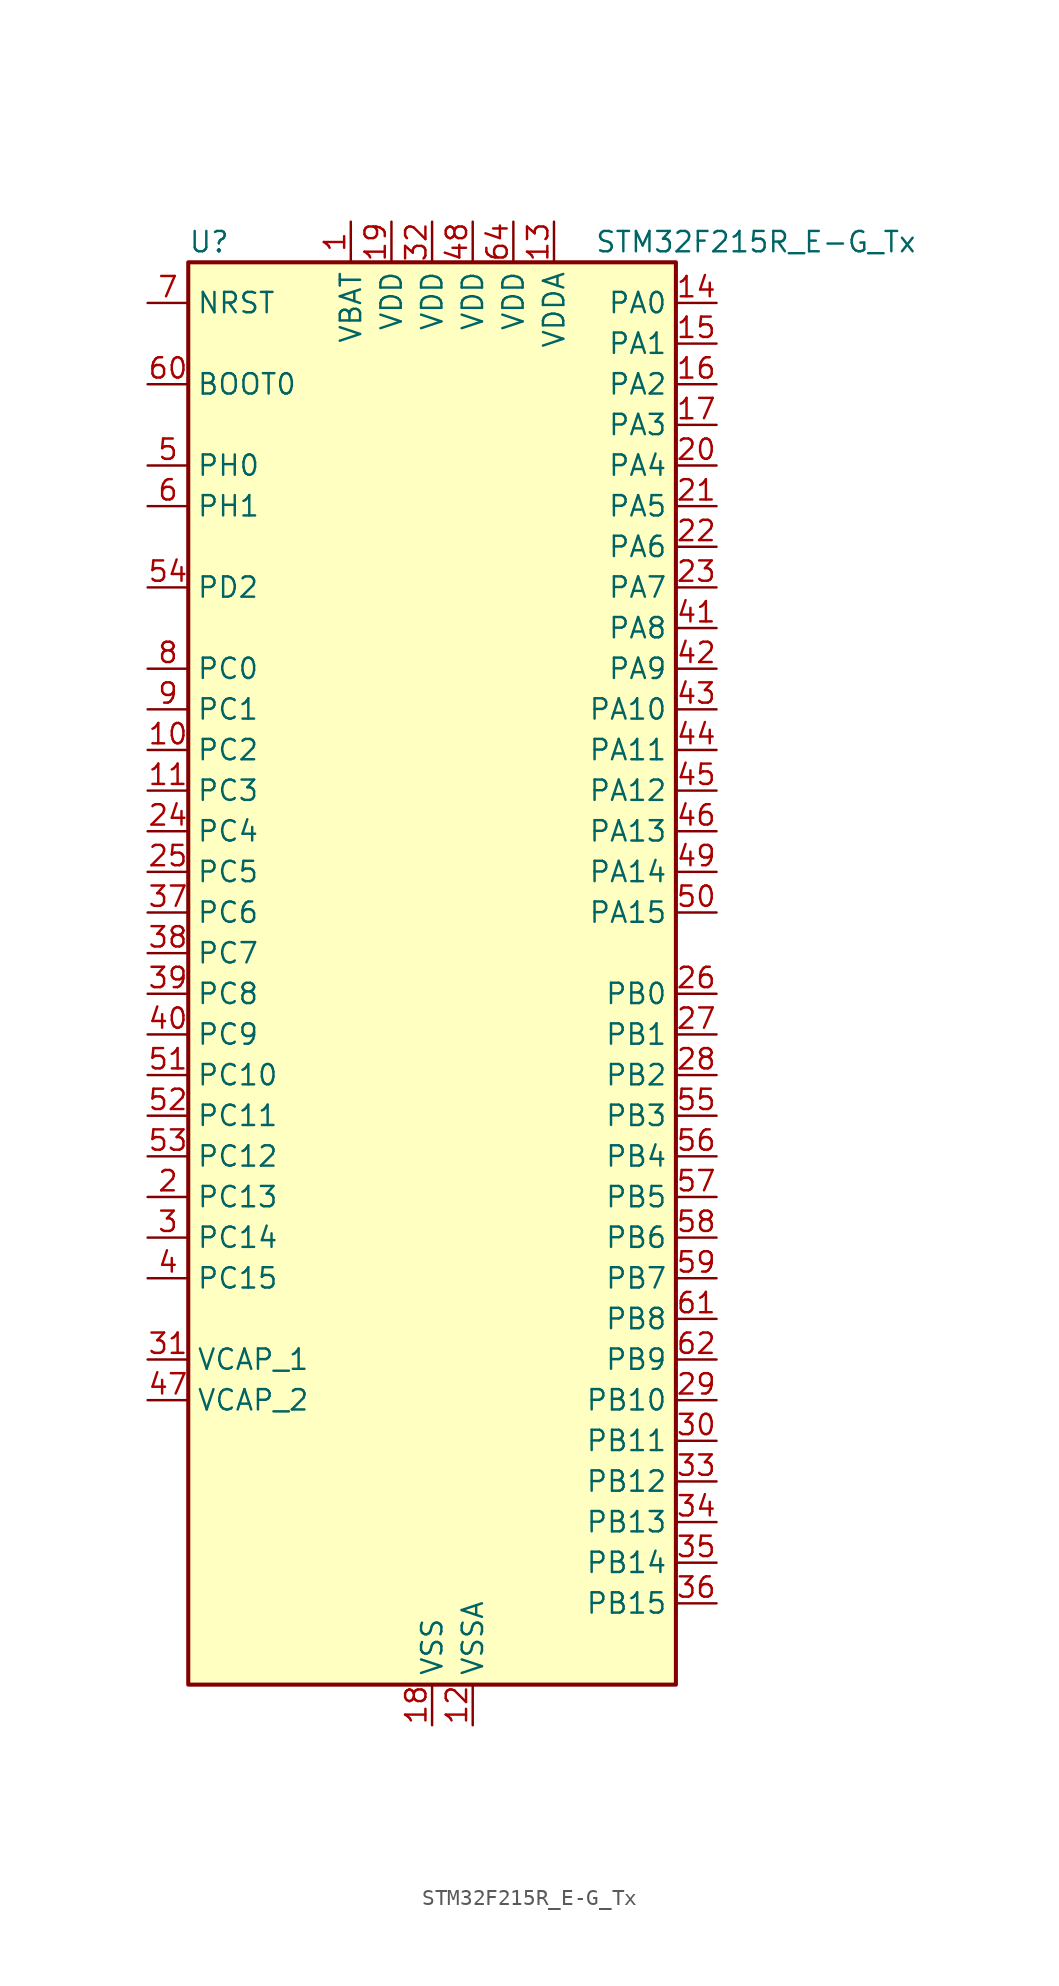
<source format=kicad_sym>
(kicad_symbol_lib
  (version 20220914)
  (generator kicad_symbol_editor)
  (symbol "STM32F215R_E-G_Tx"
    (property "Reference" "U"
      (at -15.24 46.99 0)
      (effects (font (size 1.27 1.27)) (justify left)))
    (property "Value" "STM32F215R_E-G_Tx"
      (at 10.16 46.99 0)
      (effects (font (size 1.27 1.27)) (justify left)))
    (property "ki_locked" ""
      (at 0 0 0)
      (effects (font (size 1.27 1.27))))
    (symbol "STM32F215R_E-G_Tx_0_1"
      (rectangle (start -15.24 -43.18) (end 15.24 45.72) (stroke (width 0.254) (type default)) (fill (type background))))
    (symbol "STM32F215R_E-G_Tx_1_1"
      (pin power_in line (at -5.08 48.26 270) (length 2.54) (name "VBAT" (effects (font (size 1.27 1.27)))) (number "1" (effects (font (size 1.27 1.27)))))
      (pin bidirectional line (at -17.78 15.24 0) (length 2.54) (name "PC2" (effects (font (size 1.27 1.27)))) (number "10" (effects (font (size 1.27 1.27)))) (alternate "ADC1_IN12" bidirectional line) (alternate "ADC2_IN12" bidirectional line) (alternate "ADC3_IN12" bidirectional line) (alternate "SPI2_MISO" bidirectional line) (alternate "USB_OTG_HS_ULPI_DIR" bidirectional line))
      (pin bidirectional line (at -17.78 12.7 0) (length 2.54) (name "PC3" (effects (font (size 1.27 1.27)))) (number "11" (effects (font (size 1.27 1.27)))) (alternate "ADC1_IN13" bidirectional line) (alternate "ADC2_IN13" bidirectional line) (alternate "ADC3_IN13" bidirectional line) (alternate "I2S2_SD" bidirectional line) (alternate "SPI2_MOSI" bidirectional line) (alternate "USB_OTG_HS_ULPI_NXT" bidirectional line))
      (pin power_in line (at 2.54 -45.72 90) (length 2.54) (name "VSSA" (effects (font (size 1.27 1.27)))) (number "12" (effects (font (size 1.27 1.27)))))
      (pin power_in line (at 7.62 48.26 270) (length 2.54) (name "VDDA" (effects (font (size 1.27 1.27)))) (number "13" (effects (font (size 1.27 1.27)))))
      (pin bidirectional line (at 17.78 43.18 180) (length 2.54) (name "PA0" (effects (font (size 1.27 1.27)))) (number "14" (effects (font (size 1.27 1.27)))) (alternate "ADC1_IN0" bidirectional line) (alternate "ADC2_IN0" bidirectional line) (alternate "ADC3_IN0" bidirectional line) (alternate "SYS_WKUP" bidirectional line) (alternate "TIM2_CH1" bidirectional line) (alternate "TIM2_ETR" bidirectional line) (alternate "TIM5_CH1" bidirectional line) (alternate "TIM8_ETR" bidirectional line) (alternate "UART4_TX" bidirectional line) (alternate "USART2_CTS" bidirectional line))
      (pin bidirectional line (at 17.78 40.64 180) (length 2.54) (name "PA1" (effects (font (size 1.27 1.27)))) (number "15" (effects (font (size 1.27 1.27)))) (alternate "ADC1_IN1" bidirectional line) (alternate "ADC2_IN1" bidirectional line) (alternate "ADC3_IN1" bidirectional line) (alternate "TIM2_CH2" bidirectional line) (alternate "TIM5_CH2" bidirectional line) (alternate "UART4_RX" bidirectional line) (alternate "USART2_RTS" bidirectional line))
      (pin bidirectional line (at 17.78 38.1 180) (length 2.54) (name "PA2" (effects (font (size 1.27 1.27)))) (number "16" (effects (font (size 1.27 1.27)))) (alternate "ADC1_IN2" bidirectional line) (alternate "ADC2_IN2" bidirectional line) (alternate "ADC3_IN2" bidirectional line) (alternate "TIM2_CH3" bidirectional line) (alternate "TIM5_CH3" bidirectional line) (alternate "TIM9_CH1" bidirectional line) (alternate "USART2_TX" bidirectional line))
      (pin bidirectional line (at 17.78 35.56 180) (length 2.54) (name "PA3" (effects (font (size 1.27 1.27)))) (number "17" (effects (font (size 1.27 1.27)))) (alternate "ADC1_IN3" bidirectional line) (alternate "ADC2_IN3" bidirectional line) (alternate "ADC3_IN3" bidirectional line) (alternate "TIM2_CH4" bidirectional line) (alternate "TIM5_CH4" bidirectional line) (alternate "TIM9_CH2" bidirectional line) (alternate "USART2_RX" bidirectional line) (alternate "USB_OTG_HS_ULPI_D0" bidirectional line))
      (pin power_in line (at 0 -45.72 90) (length 2.54) (name "VSS" (effects (font (size 1.27 1.27)))) (number "18" (effects (font (size 1.27 1.27)))))
      (pin power_in line (at -2.54 48.26 270) (length 2.54) (name "VDD" (effects (font (size 1.27 1.27)))) (number "19" (effects (font (size 1.27 1.27)))))
      (pin bidirectional line (at -17.78 -12.7 0) (length 2.54) (name "PC13" (effects (font (size 1.27 1.27)))) (number "2" (effects (font (size 1.27 1.27)))) (alternate "RTC_AF1" bidirectional line))
      (pin bidirectional line (at 17.78 33.02 180) (length 2.54) (name "PA4" (effects (font (size 1.27 1.27)))) (number "20" (effects (font (size 1.27 1.27)))) (alternate "ADC1_IN4" bidirectional line) (alternate "ADC2_IN4" bidirectional line) (alternate "DAC_OUT1" bidirectional line) (alternate "I2S3_WS" bidirectional line) (alternate "SPI1_NSS" bidirectional line) (alternate "SPI3_NSS" bidirectional line) (alternate "USART2_CK" bidirectional line) (alternate "USB_OTG_HS_SOF" bidirectional line))
      (pin bidirectional line (at 17.78 30.48 180) (length 2.54) (name "PA5" (effects (font (size 1.27 1.27)))) (number "21" (effects (font (size 1.27 1.27)))) (alternate "ADC1_IN5" bidirectional line) (alternate "ADC2_IN5" bidirectional line) (alternate "DAC_OUT2" bidirectional line) (alternate "SPI1_SCK" bidirectional line) (alternate "TIM2_CH1" bidirectional line) (alternate "TIM2_ETR" bidirectional line) (alternate "TIM8_CH1N" bidirectional line) (alternate "USB_OTG_HS_ULPI_CK" bidirectional line))
      (pin bidirectional line (at 17.78 27.94 180) (length 2.54) (name "PA6" (effects (font (size 1.27 1.27)))) (number "22" (effects (font (size 1.27 1.27)))) (alternate "ADC1_IN6" bidirectional line) (alternate "ADC2_IN6" bidirectional line) (alternate "SPI1_MISO" bidirectional line) (alternate "TIM13_CH1" bidirectional line) (alternate "TIM1_BKIN" bidirectional line) (alternate "TIM3_CH1" bidirectional line) (alternate "TIM8_BKIN" bidirectional line))
      (pin bidirectional line (at 17.78 25.4 180) (length 2.54) (name "PA7" (effects (font (size 1.27 1.27)))) (number "23" (effects (font (size 1.27 1.27)))) (alternate "ADC1_IN7" bidirectional line) (alternate "ADC2_IN7" bidirectional line) (alternate "SPI1_MOSI" bidirectional line) (alternate "TIM14_CH1" bidirectional line) (alternate "TIM1_CH1N" bidirectional line) (alternate "TIM3_CH2" bidirectional line) (alternate "TIM8_CH1N" bidirectional line))
      (pin bidirectional line (at -17.78 10.16 0) (length 2.54) (name "PC4" (effects (font (size 1.27 1.27)))) (number "24" (effects (font (size 1.27 1.27)))) (alternate "ADC1_IN14" bidirectional line) (alternate "ADC2_IN14" bidirectional line))
      (pin bidirectional line (at -17.78 7.62 0) (length 2.54) (name "PC5" (effects (font (size 1.27 1.27)))) (number "25" (effects (font (size 1.27 1.27)))) (alternate "ADC1_IN15" bidirectional line) (alternate "ADC2_IN15" bidirectional line))
      (pin bidirectional line (at 17.78 0 180) (length 2.54) (name "PB0" (effects (font (size 1.27 1.27)))) (number "26" (effects (font (size 1.27 1.27)))) (alternate "ADC1_IN8" bidirectional line) (alternate "ADC2_IN8" bidirectional line) (alternate "TIM1_CH2N" bidirectional line) (alternate "TIM3_CH3" bidirectional line) (alternate "TIM8_CH2N" bidirectional line) (alternate "USB_OTG_HS_ULPI_D1" bidirectional line))
      (pin bidirectional line (at 17.78 -2.54 180) (length 2.54) (name "PB1" (effects (font (size 1.27 1.27)))) (number "27" (effects (font (size 1.27 1.27)))) (alternate "ADC1_IN9" bidirectional line) (alternate "ADC2_IN9" bidirectional line) (alternate "TIM1_CH3N" bidirectional line) (alternate "TIM3_CH4" bidirectional line) (alternate "TIM8_CH3N" bidirectional line) (alternate "USB_OTG_HS_ULPI_D2" bidirectional line))
      (pin bidirectional line (at 17.78 -5.08 180) (length 2.54) (name "PB2" (effects (font (size 1.27 1.27)))) (number "28" (effects (font (size 1.27 1.27)))))
      (pin bidirectional line (at 17.78 -25.4 180) (length 2.54) (name "PB10" (effects (font (size 1.27 1.27)))) (number "29" (effects (font (size 1.27 1.27)))) (alternate "I2C2_SCL" bidirectional line) (alternate "I2S2_SCK" bidirectional line) (alternate "SPI2_SCK" bidirectional line) (alternate "TIM2_CH3" bidirectional line) (alternate "USART3_TX" bidirectional line) (alternate "USB_OTG_HS_ULPI_D3" bidirectional line))
      (pin bidirectional line (at -17.78 -15.24 0) (length 2.54) (name "PC14" (effects (font (size 1.27 1.27)))) (number "3" (effects (font (size 1.27 1.27)))) (alternate "RCC_OSC32_IN" bidirectional line))
      (pin bidirectional line (at 17.78 -27.94 180) (length 2.54) (name "PB11" (effects (font (size 1.27 1.27)))) (number "30" (effects (font (size 1.27 1.27)))) (alternate "ADC1_EXTI11" bidirectional line) (alternate "ADC2_EXTI11" bidirectional line) (alternate "ADC3_EXTI11" bidirectional line) (alternate "I2C2_SDA" bidirectional line) (alternate "TIM2_CH4" bidirectional line) (alternate "USART3_RX" bidirectional line) (alternate "USB_OTG_HS_ULPI_D4" bidirectional line))
      (pin power_out line (at -17.78 -22.86 0) (length 2.54) (name "VCAP_1" (effects (font (size 1.27 1.27)))) (number "31" (effects (font (size 1.27 1.27)))))
      (pin power_in line (at 0 48.26 270) (length 2.54) (name "VDD" (effects (font (size 1.27 1.27)))) (number "32" (effects (font (size 1.27 1.27)))))
      (pin bidirectional line (at 17.78 -30.48 180) (length 2.54) (name "PB12" (effects (font (size 1.27 1.27)))) (number "33" (effects (font (size 1.27 1.27)))) (alternate "CAN2_RX" bidirectional line) (alternate "I2C2_SMBA" bidirectional line) (alternate "I2S2_WS" bidirectional line) (alternate "SPI2_NSS" bidirectional line) (alternate "TIM1_BKIN" bidirectional line) (alternate "USART3_CK" bidirectional line) (alternate "USB_OTG_HS_ID" bidirectional line) (alternate "USB_OTG_HS_ULPI_D5" bidirectional line))
      (pin bidirectional line (at 17.78 -33.02 180) (length 2.54) (name "PB13" (effects (font (size 1.27 1.27)))) (number "34" (effects (font (size 1.27 1.27)))) (alternate "CAN2_TX" bidirectional line) (alternate "I2S2_SCK" bidirectional line) (alternate "SPI2_SCK" bidirectional line) (alternate "TIM1_CH1N" bidirectional line) (alternate "USART3_CTS" bidirectional line) (alternate "USB_OTG_HS_ULPI_D6" bidirectional line) (alternate "USB_OTG_HS_VBUS" bidirectional line))
      (pin bidirectional line (at 17.78 -35.56 180) (length 2.54) (name "PB14" (effects (font (size 1.27 1.27)))) (number "35" (effects (font (size 1.27 1.27)))) (alternate "SPI2_MISO" bidirectional line) (alternate "TIM12_CH1" bidirectional line) (alternate "TIM1_CH2N" bidirectional line) (alternate "TIM8_CH2N" bidirectional line) (alternate "USART3_RTS" bidirectional line) (alternate "USB_OTG_HS_DM" bidirectional line))
      (pin bidirectional line (at 17.78 -38.1 180) (length 2.54) (name "PB15" (effects (font (size 1.27 1.27)))) (number "36" (effects (font (size 1.27 1.27)))) (alternate "ADC1_EXTI15" bidirectional line) (alternate "ADC2_EXTI15" bidirectional line) (alternate "ADC3_EXTI15" bidirectional line) (alternate "I2S2_SD" bidirectional line) (alternate "RTC_REFIN" bidirectional line) (alternate "SPI2_MOSI" bidirectional line) (alternate "TIM12_CH2" bidirectional line) (alternate "TIM1_CH3N" bidirectional line) (alternate "TIM8_CH3N" bidirectional line) (alternate "USB_OTG_HS_DP" bidirectional line))
      (pin bidirectional line (at -17.78 5.08 0) (length 2.54) (name "PC6" (effects (font (size 1.27 1.27)))) (number "37" (effects (font (size 1.27 1.27)))) (alternate "I2S2_MCK" bidirectional line) (alternate "SDIO_D6" bidirectional line) (alternate "TIM3_CH1" bidirectional line) (alternate "TIM8_CH1" bidirectional line) (alternate "USART6_TX" bidirectional line))
      (pin bidirectional line (at -17.78 2.54 0) (length 2.54) (name "PC7" (effects (font (size 1.27 1.27)))) (number "38" (effects (font (size 1.27 1.27)))) (alternate "I2S3_MCK" bidirectional line) (alternate "SDIO_D7" bidirectional line) (alternate "TIM3_CH2" bidirectional line) (alternate "TIM8_CH2" bidirectional line) (alternate "USART6_RX" bidirectional line))
      (pin bidirectional line (at -17.78 0 0) (length 2.54) (name "PC8" (effects (font (size 1.27 1.27)))) (number "39" (effects (font (size 1.27 1.27)))) (alternate "SDIO_D0" bidirectional line) (alternate "TIM3_CH3" bidirectional line) (alternate "TIM8_CH3" bidirectional line) (alternate "USART6_CK" bidirectional line))
      (pin bidirectional line (at -17.78 -17.78 0) (length 2.54) (name "PC15" (effects (font (size 1.27 1.27)))) (number "4" (effects (font (size 1.27 1.27)))) (alternate "ADC1_EXTI15" bidirectional line) (alternate "ADC2_EXTI15" bidirectional line) (alternate "ADC3_EXTI15" bidirectional line) (alternate "RCC_OSC32_OUT" bidirectional line))
      (pin bidirectional line (at -17.78 -2.54 0) (length 2.54) (name "PC9" (effects (font (size 1.27 1.27)))) (number "40" (effects (font (size 1.27 1.27)))) (alternate "DAC_EXTI9" bidirectional line) (alternate "I2C3_SDA" bidirectional line) (alternate "I2S_CKIN" bidirectional line) (alternate "RCC_MCO_2" bidirectional line) (alternate "SDIO_D1" bidirectional line) (alternate "TIM3_CH4" bidirectional line) (alternate "TIM8_CH4" bidirectional line))
      (pin bidirectional line (at 17.78 22.86 180) (length 2.54) (name "PA8" (effects (font (size 1.27 1.27)))) (number "41" (effects (font (size 1.27 1.27)))) (alternate "I2C3_SCL" bidirectional line) (alternate "RCC_MCO_1" bidirectional line) (alternate "TIM1_CH1" bidirectional line) (alternate "USART1_CK" bidirectional line) (alternate "USB_OTG_FS_SOF" bidirectional line))
      (pin bidirectional line (at 17.78 20.32 180) (length 2.54) (name "PA9" (effects (font (size 1.27 1.27)))) (number "42" (effects (font (size 1.27 1.27)))) (alternate "DAC_EXTI9" bidirectional line) (alternate "I2C3_SMBA" bidirectional line) (alternate "TIM1_CH2" bidirectional line) (alternate "USART1_TX" bidirectional line) (alternate "USB_OTG_FS_VBUS" bidirectional line))
      (pin bidirectional line (at 17.78 17.78 180) (length 2.54) (name "PA10" (effects (font (size 1.27 1.27)))) (number "43" (effects (font (size 1.27 1.27)))) (alternate "TIM1_CH3" bidirectional line) (alternate "USART1_RX" bidirectional line) (alternate "USB_OTG_FS_ID" bidirectional line))
      (pin bidirectional line (at 17.78 15.24 180) (length 2.54) (name "PA11" (effects (font (size 1.27 1.27)))) (number "44" (effects (font (size 1.27 1.27)))) (alternate "ADC1_EXTI11" bidirectional line) (alternate "ADC2_EXTI11" bidirectional line) (alternate "ADC3_EXTI11" bidirectional line) (alternate "CAN1_RX" bidirectional line) (alternate "TIM1_CH4" bidirectional line) (alternate "USART1_CTS" bidirectional line) (alternate "USB_OTG_FS_DM" bidirectional line))
      (pin bidirectional line (at 17.78 12.7 180) (length 2.54) (name "PA12" (effects (font (size 1.27 1.27)))) (number "45" (effects (font (size 1.27 1.27)))) (alternate "CAN1_TX" bidirectional line) (alternate "TIM1_ETR" bidirectional line) (alternate "USART1_RTS" bidirectional line) (alternate "USB_OTG_FS_DP" bidirectional line))
      (pin bidirectional line (at 17.78 10.16 180) (length 2.54) (name "PA13" (effects (font (size 1.27 1.27)))) (number "46" (effects (font (size 1.27 1.27)))) (alternate "SYS_JTMS-SWDIO" bidirectional line))
      (pin power_out line (at -17.78 -25.4 0) (length 2.54) (name "VCAP_2" (effects (font (size 1.27 1.27)))) (number "47" (effects (font (size 1.27 1.27)))))
      (pin power_in line (at 2.54 48.26 270) (length 2.54) (name "VDD" (effects (font (size 1.27 1.27)))) (number "48" (effects (font (size 1.27 1.27)))))
      (pin bidirectional line (at 17.78 7.62 180) (length 2.54) (name "PA14" (effects (font (size 1.27 1.27)))) (number "49" (effects (font (size 1.27 1.27)))) (alternate "SYS_JTCK-SWCLK" bidirectional line))
      (pin bidirectional line (at -17.78 33.02 0) (length 2.54) (name "PH0" (effects (font (size 1.27 1.27)))) (number "5" (effects (font (size 1.27 1.27)))) (alternate "RCC_OSC_IN" bidirectional line))
      (pin bidirectional line (at 17.78 5.08 180) (length 2.54) (name "PA15" (effects (font (size 1.27 1.27)))) (number "50" (effects (font (size 1.27 1.27)))) (alternate "ADC1_EXTI15" bidirectional line) (alternate "ADC2_EXTI15" bidirectional line) (alternate "ADC3_EXTI15" bidirectional line) (alternate "I2S3_WS" bidirectional line) (alternate "SPI1_NSS" bidirectional line) (alternate "SPI3_NSS" bidirectional line) (alternate "SYS_JTDI" bidirectional line) (alternate "TIM2_CH1" bidirectional line) (alternate "TIM2_ETR" bidirectional line))
      (pin bidirectional line (at -17.78 -5.08 0) (length 2.54) (name "PC10" (effects (font (size 1.27 1.27)))) (number "51" (effects (font (size 1.27 1.27)))) (alternate "I2S3_SCK" bidirectional line) (alternate "SDIO_D2" bidirectional line) (alternate "SPI3_SCK" bidirectional line) (alternate "UART4_TX" bidirectional line) (alternate "USART3_TX" bidirectional line))
      (pin bidirectional line (at -17.78 -7.62 0) (length 2.54) (name "PC11" (effects (font (size 1.27 1.27)))) (number "52" (effects (font (size 1.27 1.27)))) (alternate "ADC1_EXTI11" bidirectional line) (alternate "ADC2_EXTI11" bidirectional line) (alternate "ADC3_EXTI11" bidirectional line) (alternate "SDIO_D3" bidirectional line) (alternate "SPI3_MISO" bidirectional line) (alternate "UART4_RX" bidirectional line) (alternate "USART3_RX" bidirectional line))
      (pin bidirectional line (at -17.78 -10.16 0) (length 2.54) (name "PC12" (effects (font (size 1.27 1.27)))) (number "53" (effects (font (size 1.27 1.27)))) (alternate "I2S3_SD" bidirectional line) (alternate "SDIO_CK" bidirectional line) (alternate "SPI3_MOSI" bidirectional line) (alternate "UART5_TX" bidirectional line) (alternate "USART3_CK" bidirectional line))
      (pin bidirectional line (at -17.78 25.4 0) (length 2.54) (name "PD2" (effects (font (size 1.27 1.27)))) (number "54" (effects (font (size 1.27 1.27)))) (alternate "SDIO_CMD" bidirectional line) (alternate "TIM3_ETR" bidirectional line) (alternate "UART5_RX" bidirectional line))
      (pin bidirectional line (at 17.78 -7.62 180) (length 2.54) (name "PB3" (effects (font (size 1.27 1.27)))) (number "55" (effects (font (size 1.27 1.27)))) (alternate "I2S3_SCK" bidirectional line) (alternate "SPI1_SCK" bidirectional line) (alternate "SPI3_SCK" bidirectional line) (alternate "SYS_JTDO-SWO" bidirectional line) (alternate "TIM2_CH2" bidirectional line))
      (pin bidirectional line (at 17.78 -10.16 180) (length 2.54) (name "PB4" (effects (font (size 1.27 1.27)))) (number "56" (effects (font (size 1.27 1.27)))) (alternate "SPI1_MISO" bidirectional line) (alternate "SPI3_MISO" bidirectional line) (alternate "SYS_JTRST" bidirectional line) (alternate "TIM3_CH1" bidirectional line))
      (pin bidirectional line (at 17.78 -12.7 180) (length 2.54) (name "PB5" (effects (font (size 1.27 1.27)))) (number "57" (effects (font (size 1.27 1.27)))) (alternate "CAN2_RX" bidirectional line) (alternate "I2C1_SMBA" bidirectional line) (alternate "I2S3_SD" bidirectional line) (alternate "SPI1_MOSI" bidirectional line) (alternate "SPI3_MOSI" bidirectional line) (alternate "TIM3_CH2" bidirectional line) (alternate "USB_OTG_HS_ULPI_D7" bidirectional line))
      (pin bidirectional line (at 17.78 -15.24 180) (length 2.54) (name "PB6" (effects (font (size 1.27 1.27)))) (number "58" (effects (font (size 1.27 1.27)))) (alternate "CAN2_TX" bidirectional line) (alternate "I2C1_SCL" bidirectional line) (alternate "TIM4_CH1" bidirectional line) (alternate "USART1_TX" bidirectional line))
      (pin bidirectional line (at 17.78 -17.78 180) (length 2.54) (name "PB7" (effects (font (size 1.27 1.27)))) (number "59" (effects (font (size 1.27 1.27)))) (alternate "I2C1_SDA" bidirectional line) (alternate "TIM4_CH2" bidirectional line) (alternate "USART1_RX" bidirectional line))
      (pin bidirectional line (at -17.78 30.48 0) (length 2.54) (name "PH1" (effects (font (size 1.27 1.27)))) (number "6" (effects (font (size 1.27 1.27)))) (alternate "RCC_OSC_OUT" bidirectional line))
      (pin input line (at -17.78 38.1 0) (length 2.54) (name "BOOT0" (effects (font (size 1.27 1.27)))) (number "60" (effects (font (size 1.27 1.27)))))
      (pin bidirectional line (at 17.78 -20.32 180) (length 2.54) (name "PB8" (effects (font (size 1.27 1.27)))) (number "61" (effects (font (size 1.27 1.27)))) (alternate "CAN1_RX" bidirectional line) (alternate "I2C1_SCL" bidirectional line) (alternate "SDIO_D4" bidirectional line) (alternate "TIM10_CH1" bidirectional line) (alternate "TIM4_CH3" bidirectional line))
      (pin bidirectional line (at 17.78 -22.86 180) (length 2.54) (name "PB9" (effects (font (size 1.27 1.27)))) (number "62" (effects (font (size 1.27 1.27)))) (alternate "CAN1_TX" bidirectional line) (alternate "DAC_EXTI9" bidirectional line) (alternate "I2C1_SDA" bidirectional line) (alternate "I2S2_WS" bidirectional line) (alternate "SDIO_D5" bidirectional line) (alternate "SPI2_NSS" bidirectional line) (alternate "TIM11_CH1" bidirectional line) (alternate "TIM4_CH4" bidirectional line))
      (pin passive line (at 0 -45.72 90) (length 2.54) hide (name "VSS" (effects (font (size 1.27 1.27)))) (number "63" (effects (font (size 1.27 1.27)))))
      (pin power_in line (at 5.08 48.26 270) (length 2.54) (name "VDD" (effects (font (size 1.27 1.27)))) (number "64" (effects (font (size 1.27 1.27)))))
      (pin input line (at -17.78 43.18 0) (length 2.54) (name "NRST" (effects (font (size 1.27 1.27)))) (number "7" (effects (font (size 1.27 1.27)))))
      (pin bidirectional line (at -17.78 20.32 0) (length 2.54) (name "PC0" (effects (font (size 1.27 1.27)))) (number "8" (effects (font (size 1.27 1.27)))) (alternate "ADC1_IN10" bidirectional line) (alternate "ADC2_IN10" bidirectional line) (alternate "ADC3_IN10" bidirectional line) (alternate "USB_OTG_HS_ULPI_STP" bidirectional line))
      (pin bidirectional line (at -17.78 17.78 0) (length 2.54) (name "PC1" (effects (font (size 1.27 1.27)))) (number "9" (effects (font (size 1.27 1.27)))) (alternate "ADC1_IN11" bidirectional line) (alternate "ADC2_IN11" bidirectional line) (alternate "ADC3_IN11" bidirectional line)))))
</source>
